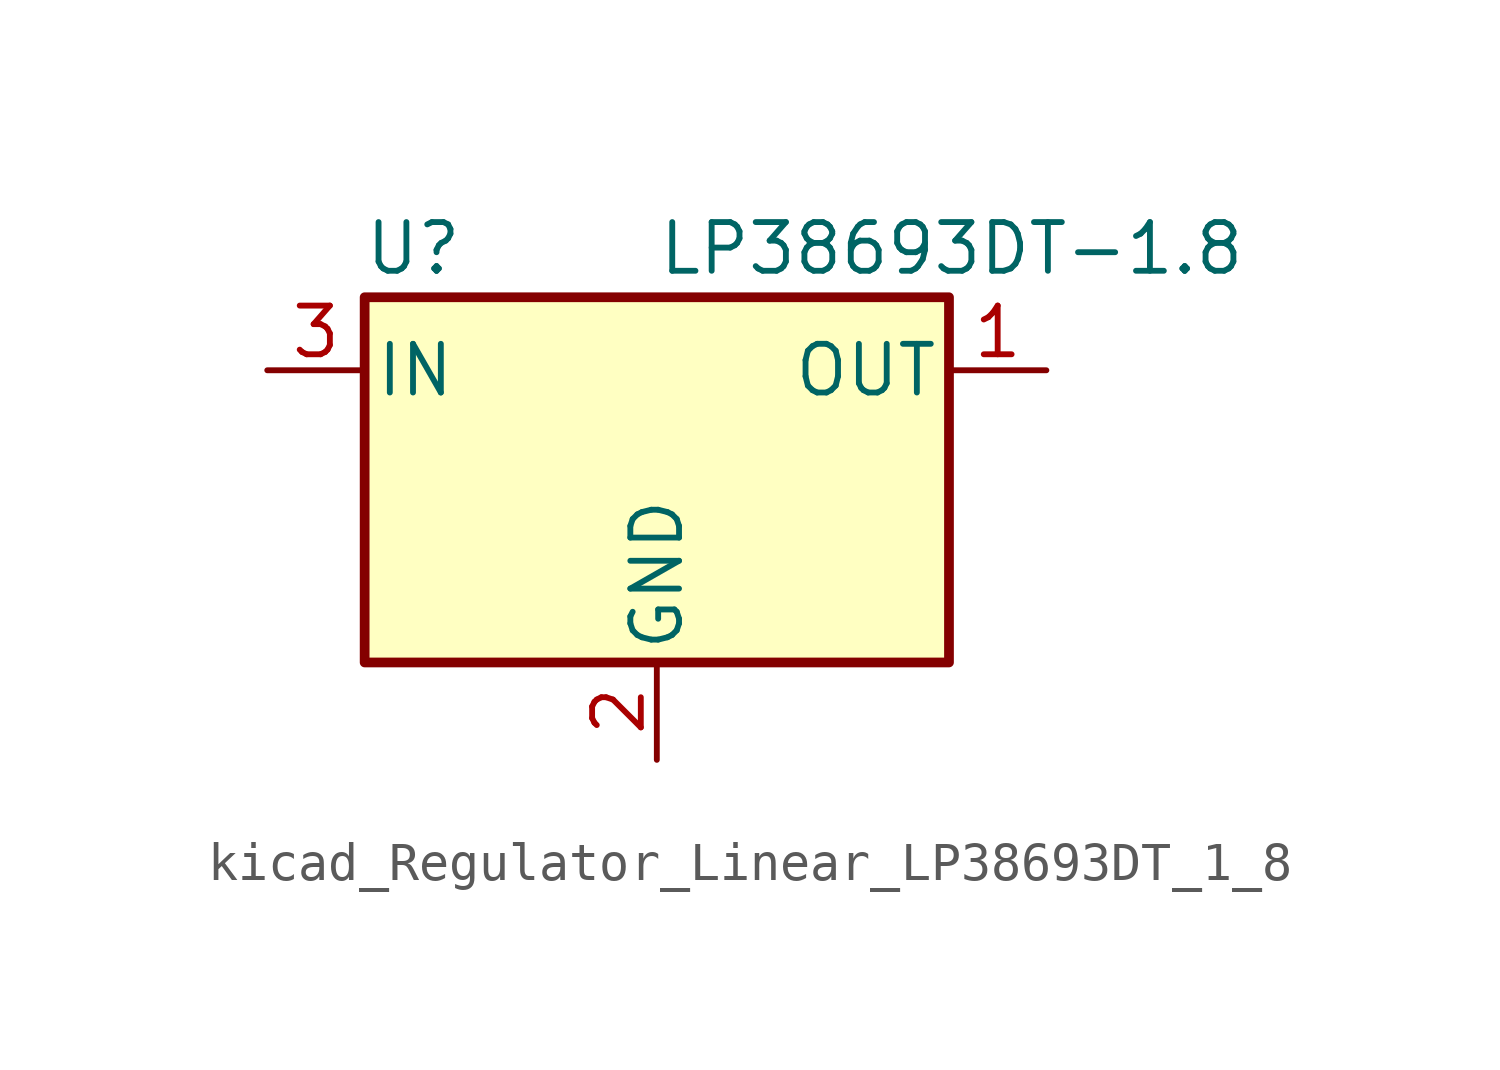
<source format=kicad_sym>
(kicad_symbol_lib
  (version 20220914)
  (generator kicad_symbol_editor)
  (symbol "kicad_Regulator_Linear_LP38693DT_1_8"
    (pin_names
      (offset 0.254))
    (property "Reference" "U"
      (at -6.35 5.715 0)
      (effects (font (size 1.27 1.27))))
    (property "Value" "LP38693DT-1.8"
      (at 0 5.715 0)
      (effects (font (size 1.27 1.27)) (justify left)))
    (symbol "kicad_Regulator_Linear_LP38693DT_1_8_0_1"
      (rectangle (start -7.62 -5.08) (end 7.62 4.445) (stroke (width 0.254) (type default)) (fill (type background))))
    (symbol "kicad_Regulator_Linear_LP38693DT_1_8_1_1"
      (pin power_out line (at 10.16 2.54 180) (length 2.54) (name "OUT" (effects (font (size 1.27 1.27)))) (number "1" (effects (font (size 1.27 1.27)))))
      (pin power_in line (at 0 -7.62 90) (length 2.54) (name "GND" (effects (font (size 1.27 1.27)))) (number "2" (effects (font (size 1.27 1.27)))))
      (pin power_in line (at -10.16 2.54 0) (length 2.54) (name "IN" (effects (font (size 1.27 1.27)))) (number "3" (effects (font (size 1.27 1.27))))))))
</source>
